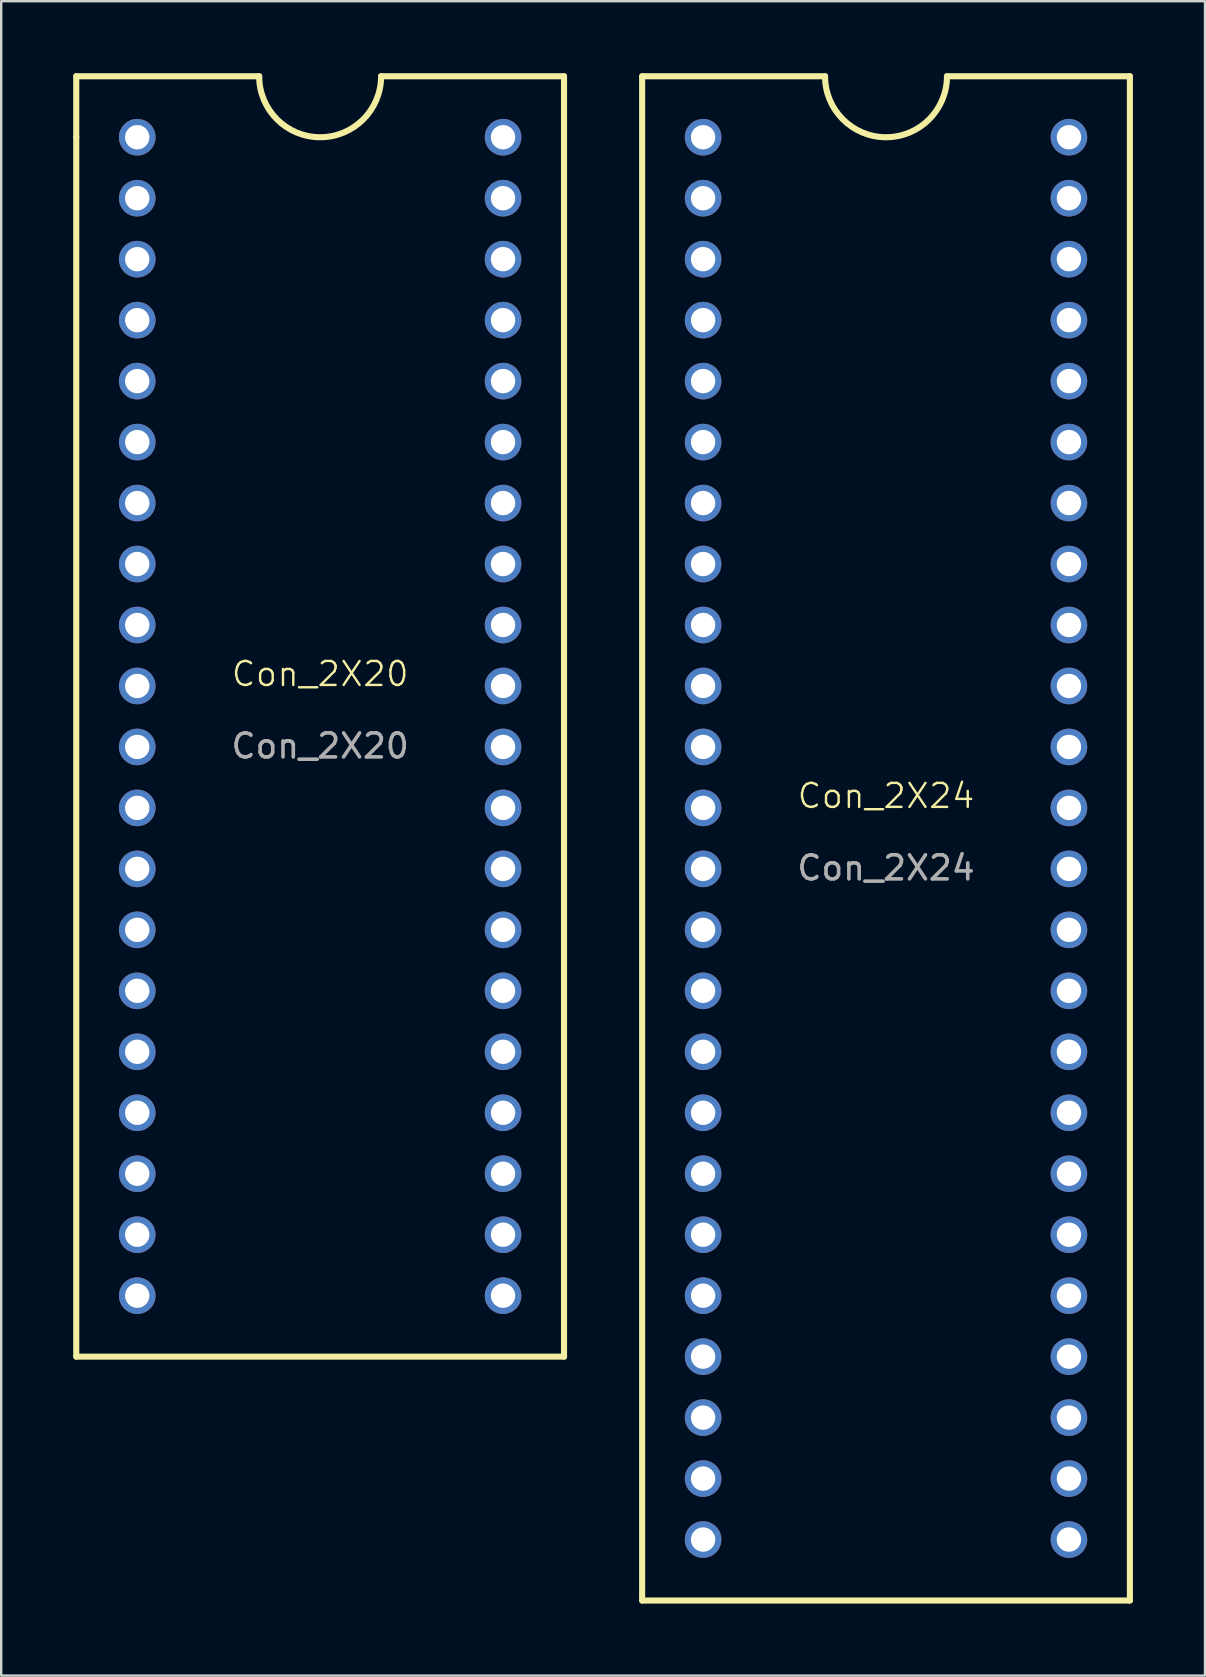
<source format=kicad_pcb>
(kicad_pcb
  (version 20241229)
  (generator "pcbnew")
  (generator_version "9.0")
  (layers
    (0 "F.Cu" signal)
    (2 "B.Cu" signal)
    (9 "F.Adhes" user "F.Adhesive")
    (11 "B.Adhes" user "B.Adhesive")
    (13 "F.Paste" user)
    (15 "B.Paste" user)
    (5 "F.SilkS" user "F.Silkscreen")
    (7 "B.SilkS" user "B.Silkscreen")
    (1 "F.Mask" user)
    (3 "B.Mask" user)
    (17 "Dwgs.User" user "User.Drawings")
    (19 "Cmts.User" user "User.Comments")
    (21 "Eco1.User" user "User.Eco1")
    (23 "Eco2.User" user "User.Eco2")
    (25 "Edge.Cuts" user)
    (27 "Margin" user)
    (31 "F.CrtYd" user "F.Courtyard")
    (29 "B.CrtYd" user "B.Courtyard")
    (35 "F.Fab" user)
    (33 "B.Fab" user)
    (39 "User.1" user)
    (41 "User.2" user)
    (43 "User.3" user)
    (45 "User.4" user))
  (footprint "Con_2X20"
    (layer "F.Cu")
    (at 10.287 25.527)
    (property "Reference" "Con_2X20" (at 0 -0.5 0) (unlocked yes) (layer "F.SilkS") (effects (font (size 1 1) (thickness 0.1))))
    (attr through_hole)
    (fp_line (start -10.16 -25.4) (end -2.54 -25.4) (stroke (width 0.254) (type default)) (layer "F.SilkS"))
    (fp_line (start -10.16 -22.86) (end -10.16 -25.4) (stroke (width 0.254) (type default)) (layer "F.SilkS"))
    (fp_line (start -10.16 -22.86) (end -10.16 27.94) (stroke (width 0.254) (type default)) (layer "F.SilkS"))
    (fp_line (start -10.16 27.94) (end 10.16 27.94) (stroke (width 0.254) (type default)) (layer "F.SilkS"))
    (fp_line (start 10.16 -25.4) (end 2.54 -25.4) (stroke (width 0.254) (type default)) (layer "F.SilkS"))
    (fp_line (start 10.16 27.94) (end 10.16 -25.4) (stroke (width 0.254) (type default)) (layer "F.SilkS"))
    (fp_arc (start 2.54 -25.4) (mid 0 -22.86) (end -2.54 -25.4) (stroke (width 0.254) (type default)) (layer "F.SilkS"))
    (fp_text user "${REFERENCE}" (at 0 2.5 0) (unlocked yes) (layer "F.Fab") (effects (font (size 1 1) (thickness 0.15))))
    (pad "1" thru_hole circle (at -7.62 -22.86) (size 1.524 1.524) (drill 1.016) (layers "*.Cu" "*.Mask"))
    (pad "2" thru_hole circle (at -7.62 -20.32) (size 1.524 1.524) (drill 1.016) (layers "*.Cu" "*.Mask"))
    (pad "3" thru_hole circle (at -7.62 -17.78) (size 1.524 1.524) (drill 1.016) (layers "*.Cu" "*.Mask"))
    (pad "4" thru_hole circle (at -7.62 -15.24) (size 1.524 1.524) (drill 1.016) (layers "*.Cu" "*.Mask"))
    (pad "5" thru_hole circle (at -7.62 -12.7) (size 1.524 1.524) (drill 1.016) (layers "*.Cu" "*.Mask"))
    (pad "6" thru_hole circle (at -7.62 -10.16) (size 1.524 1.524) (drill 1.016) (layers "*.Cu" "*.Mask"))
    (pad "7" thru_hole circle (at -7.62 -7.62) (size 1.524 1.524) (drill 1.016) (layers "*.Cu" "*.Mask"))
    (pad "8" thru_hole circle (at -7.62 -5.08) (size 1.524 1.524) (drill 1.016) (layers "*.Cu" "*.Mask"))
    (pad "9" thru_hole circle (at -7.62 -2.54) (size 1.524 1.524) (drill 1.016) (layers "*.Cu" "*.Mask"))
    (pad "10" thru_hole circle (at -7.62 0) (size 1.524 1.524) (drill 1.016) (layers "*.Cu" "*.Mask"))
    (pad "11" thru_hole circle (at -7.62 2.54) (size 1.524 1.524) (drill 1.016) (layers "*.Cu" "*.Mask"))
    (pad "12" thru_hole circle (at -7.62 5.08) (size 1.524 1.524) (drill 1.016) (layers "*.Cu" "*.Mask"))
    (pad "13" thru_hole circle (at -7.62 7.62) (size 1.524 1.524) (drill 1.016) (layers "*.Cu" "*.Mask"))
    (pad "14" thru_hole circle (at -7.62 10.16) (size 1.524 1.524) (drill 1.016) (layers "*.Cu" "*.Mask"))
    (pad "15" thru_hole circle (at -7.62 12.7) (size 1.524 1.524) (drill 1.016) (layers "*.Cu" "*.Mask"))
    (pad "16" thru_hole circle (at -7.62 15.24) (size 1.524 1.524) (drill 1.016) (layers "*.Cu" "*.Mask"))
    (pad "17" thru_hole circle (at -7.62 17.78) (size 1.524 1.524) (drill 1.016) (layers "*.Cu" "*.Mask"))
    (pad "18" thru_hole circle (at -7.62 20.32) (size 1.524 1.524) (drill 1.016) (layers "*.Cu" "*.Mask"))
    (pad "19" thru_hole circle (at -7.62 22.86) (size 1.524 1.524) (drill 1.016) (layers "*.Cu" "*.Mask"))
    (pad "20" thru_hole circle (at -7.62 25.4) (size 1.524 1.524) (drill 1.016) (layers "*.Cu" "*.Mask"))
    (pad "21" thru_hole circle (at 7.62 25.4) (size 1.524 1.524) (drill 1.016) (layers "*.Cu" "*.Mask"))
    (pad "22" thru_hole circle (at 7.62 22.86) (size 1.524 1.524) (drill 1.016) (layers "*.Cu" "*.Mask"))
    (pad "23" thru_hole circle (at 7.62 20.32) (size 1.524 1.524) (drill 1.016) (layers "*.Cu" "*.Mask"))
    (pad "24" thru_hole circle (at 7.62 17.78) (size 1.524 1.524) (drill 1.016) (layers "*.Cu" "*.Mask"))
    (pad "25" thru_hole circle (at 7.62 15.24) (size 1.524 1.524) (drill 1.016) (layers "*.Cu" "*.Mask"))
    (pad "26" thru_hole circle (at 7.62 12.7) (size 1.524 1.524) (drill 1.016) (layers "*.Cu" "*.Mask"))
    (pad "27" thru_hole circle (at 7.62 10.16) (size 1.524 1.524) (drill 1.016) (layers "*.Cu" "*.Mask"))
    (pad "28" thru_hole circle (at 7.62 7.62) (size 1.524 1.524) (drill 1.016) (layers "*.Cu" "*.Mask"))
    (pad "29" thru_hole circle (at 7.62 5.08) (size 1.524 1.524) (drill 1.016) (layers "*.Cu" "*.Mask"))
    (pad "30" thru_hole circle (at 7.62 2.54) (size 1.524 1.524) (drill 1.016) (layers "*.Cu" "*.Mask"))
    (pad "31" thru_hole circle (at 7.62 0) (size 1.524 1.524) (drill 1.016) (layers "*.Cu" "*.Mask"))
    (pad "32" thru_hole circle (at 7.62 -2.54) (size 1.524 1.524) (drill 1.016) (layers "*.Cu" "*.Mask"))
    (pad "33" thru_hole circle (at 7.62 -5.08) (size 1.524 1.524) (drill 1.016) (layers "*.Cu" "*.Mask"))
    (pad "34" thru_hole circle (at 7.62 -7.62) (size 1.524 1.524) (drill 1.016) (layers "*.Cu" "*.Mask"))
    (pad "35" thru_hole circle (at 7.62 -10.16) (size 1.524 1.524) (drill 1.016) (layers "*.Cu" "*.Mask"))
    (pad "36" thru_hole circle (at 7.62 -12.7) (size 1.524 1.524) (drill 1.016) (layers "*.Cu" "*.Mask"))
    (pad "37" thru_hole circle (at 7.62 -15.24) (size 1.524 1.524) (drill 1.016) (layers "*.Cu" "*.Mask"))
    (pad "38" thru_hole circle (at 7.62 -17.78) (size 1.524 1.524) (drill 1.016) (layers "*.Cu" "*.Mask"))
    (pad "39" thru_hole circle (at 7.62 -20.32) (size 1.524 1.524) (drill 1.016) (layers "*.Cu" "*.Mask"))
    (pad "40" thru_hole circle (at 7.62 -22.86) (size 1.524 1.524) (drill 1.016) (layers "*.Cu" "*.Mask")))
  (footprint "Con_2X24"
    (layer "F.Cu")
    (at 33.861 30.607)
    (property "Reference" "Con_2X24" (at 0 -0.5 0) (unlocked yes) (layer "F.SilkS") (effects (font (size 1 1) (thickness 0.1))))
    (attr through_hole)
    (fp_line (start -10.16 -30.48) (end -10.16 33.02) (stroke (width 0.254) (type default)) (layer "F.SilkS"))
    (fp_line (start -10.16 -30.48) (end -2.54 -30.48) (stroke (width 0.254) (type default)) (layer "F.SilkS"))
    (fp_line (start -10.16 33.02) (end 10.16 33.02) (stroke (width 0.254) (type default)) (layer "F.SilkS"))
    (fp_line (start 10.16 -30.48) (end 2.54 -30.48) (stroke (width 0.254) (type default)) (layer "F.SilkS"))
    (fp_line (start 10.16 33.02) (end 10.16 -30.48) (stroke (width 0.254) (type default)) (layer "F.SilkS"))
    (fp_arc (start 2.54 -30.48) (mid 0 -27.94) (end -2.54 -30.48) (stroke (width 0.254) (type default)) (layer "F.SilkS"))
    (fp_text user "${REFERENCE}" (at 0 2.5 0) (unlocked yes) (layer "F.Fab") (effects (font (size 1 1) (thickness 0.15))))
    (pad "1" thru_hole circle (at -7.62 -27.94) (size 1.524 1.524) (drill 1.016) (layers "*.Cu" "*.Mask"))
    (pad "2" thru_hole circle (at -7.62 -25.4) (size 1.524 1.524) (drill 1.016) (layers "*.Cu" "*.Mask"))
    (pad "3" thru_hole circle (at -7.62 -22.86) (size 1.524 1.524) (drill 1.016) (layers "*.Cu" "*.Mask"))
    (pad "4" thru_hole circle (at -7.62 -20.32) (size 1.524 1.524) (drill 1.016) (layers "*.Cu" "*.Mask"))
    (pad "5" thru_hole circle (at -7.62 -17.78) (size 1.524 1.524) (drill 1.016) (layers "*.Cu" "*.Mask"))
    (pad "6" thru_hole circle (at -7.62 -15.24) (size 1.524 1.524) (drill 1.016) (layers "*.Cu" "*.Mask"))
    (pad "7" thru_hole circle (at -7.62 -12.7) (size 1.524 1.524) (drill 1.016) (layers "*.Cu" "*.Mask"))
    (pad "8" thru_hole circle (at -7.62 -10.16) (size 1.524 1.524) (drill 1.016) (layers "*.Cu" "*.Mask"))
    (pad "9" thru_hole circle (at -7.62 -7.62) (size 1.524 1.524) (drill 1.016) (layers "*.Cu" "*.Mask"))
    (pad "10" thru_hole circle (at -7.62 -5.08) (size 1.524 1.524) (drill 1.016) (layers "*.Cu" "*.Mask"))
    (pad "11" thru_hole circle (at -7.62 -2.54) (size 1.524 1.524) (drill 1.016) (layers "*.Cu" "*.Mask"))
    (pad "12" thru_hole circle (at -7.62 0) (size 1.524 1.524) (drill 1.016) (layers "*.Cu" "*.Mask"))
    (pad "13" thru_hole circle (at -7.62 2.54) (size 1.524 1.524) (drill 1.016) (layers "*.Cu" "*.Mask"))
    (pad "14" thru_hole circle (at -7.62 5.08) (size 1.524 1.524) (drill 1.016) (layers "*.Cu" "*.Mask"))
    (pad "15" thru_hole circle (at -7.62 7.62) (size 1.524 1.524) (drill 1.016) (layers "*.Cu" "*.Mask"))
    (pad "16" thru_hole circle (at -7.62 10.16) (size 1.524 1.524) (drill 1.016) (layers "*.Cu" "*.Mask"))
    (pad "17" thru_hole circle (at -7.62 12.7) (size 1.524 1.524) (drill 1.016) (layers "*.Cu" "*.Mask"))
    (pad "18" thru_hole circle (at -7.62 15.24) (size 1.524 1.524) (drill 1.016) (layers "*.Cu" "*.Mask"))
    (pad "19" thru_hole circle (at -7.62 17.78) (size 1.524 1.524) (drill 1.016) (layers "*.Cu" "*.Mask"))
    (pad "20" thru_hole circle (at -7.62 20.32) (size 1.524 1.524) (drill 1.016) (layers "*.Cu" "*.Mask"))
    (pad "21" thru_hole circle (at -7.62 22.86) (size 1.524 1.524) (drill 1.016) (layers "*.Cu" "*.Mask"))
    (pad "22" thru_hole circle (at -7.62 25.4) (size 1.524 1.524) (drill 1.016) (layers "*.Cu" "*.Mask"))
    (pad "23" thru_hole circle (at -7.62 27.94) (size 1.524 1.524) (drill 1.016) (layers "*.Cu" "*.Mask"))
    (pad "24" thru_hole circle (at -7.62 30.48) (size 1.524 1.524) (drill 1.016) (layers "*.Cu" "*.Mask"))
    (pad "25" thru_hole circle (at 7.62 30.48) (size 1.524 1.524) (drill 1.016) (layers "*.Cu" "*.Mask"))
    (pad "26" thru_hole circle (at 7.62 27.94) (size 1.524 1.524) (drill 1.016) (layers "*.Cu" "*.Mask"))
    (pad "27" thru_hole circle (at 7.62 25.4) (size 1.524 1.524) (drill 1.016) (layers "*.Cu" "*.Mask"))
    (pad "28" thru_hole circle (at 7.62 22.86) (size 1.524 1.524) (drill 1.016) (layers "*.Cu" "*.Mask"))
    (pad "29" thru_hole circle (at 7.62 20.32) (size 1.524 1.524) (drill 1.016) (layers "*.Cu" "*.Mask"))
    (pad "30" thru_hole circle (at 7.62 17.78) (size 1.524 1.524) (drill 1.016) (layers "*.Cu" "*.Mask"))
    (pad "31" thru_hole circle (at 7.62 15.24) (size 1.524 1.524) (drill 1.016) (layers "*.Cu" "*.Mask"))
    (pad "32" thru_hole circle (at 7.62 12.7) (size 1.524 1.524) (drill 1.016) (layers "*.Cu" "*.Mask"))
    (pad "33" thru_hole circle (at 7.62 10.16) (size 1.524 1.524) (drill 1.016) (layers "*.Cu" "*.Mask"))
    (pad "34" thru_hole circle (at 7.62 7.62) (size 1.524 1.524) (drill 1.016) (layers "*.Cu" "*.Mask"))
    (pad "35" thru_hole circle (at 7.62 5.08) (size 1.524 1.524) (drill 1.016) (layers "*.Cu" "*.Mask"))
    (pad "36" thru_hole circle (at 7.62 2.54) (size 1.524 1.524) (drill 1.016) (layers "*.Cu" "*.Mask"))
    (pad "37" thru_hole circle (at 7.62 0) (size 1.524 1.524) (drill 1.016) (layers "*.Cu" "*.Mask"))
    (pad "38" thru_hole circle (at 7.62 -2.54) (size 1.524 1.524) (drill 1.016) (layers "*.Cu" "*.Mask"))
    (pad "39" thru_hole circle (at 7.62 -5.08) (size 1.524 1.524) (drill 1.016) (layers "*.Cu" "*.Mask"))
    (pad "40" thru_hole circle (at 7.62 -7.62) (size 1.524 1.524) (drill 1.016) (layers "*.Cu" "*.Mask"))
    (pad "41" thru_hole circle (at 7.62 -10.16) (size 1.524 1.524) (drill 1.016) (layers "*.Cu" "*.Mask"))
    (pad "42" thru_hole circle (at 7.62 -12.7) (size 1.524 1.524) (drill 1.016) (layers "*.Cu" "*.Mask"))
    (pad "43" thru_hole circle (at 7.62 -15.24) (size 1.524 1.524) (drill 1.016) (layers "*.Cu" "*.Mask"))
    (pad "44" thru_hole circle (at 7.62 -17.78) (size 1.524 1.524) (drill 1.016) (layers "*.Cu" "*.Mask"))
    (pad "45" thru_hole circle (at 7.62 -20.32) (size 1.524 1.524) (drill 1.016) (layers "*.Cu" "*.Mask"))
    (pad "46" thru_hole circle (at 7.62 -22.86) (size 1.524 1.524) (drill 1.016) (layers "*.Cu" "*.Mask"))
    (pad "47" thru_hole circle (at 7.62 -25.4) (size 1.524 1.524) (drill 1.016) (layers "*.Cu" "*.Mask"))
    (pad "48" thru_hole circle (at 7.62 -27.94) (size 1.524 1.524) (drill 1.016) (layers "*.Cu" "*.Mask")))
  (gr_rect
    (start -3 -3)
    (end 47.148 66.754)
    (stroke (width 0.1) (type default))
    (fill no)
    (layer "Edge.Cuts")))
</source>
